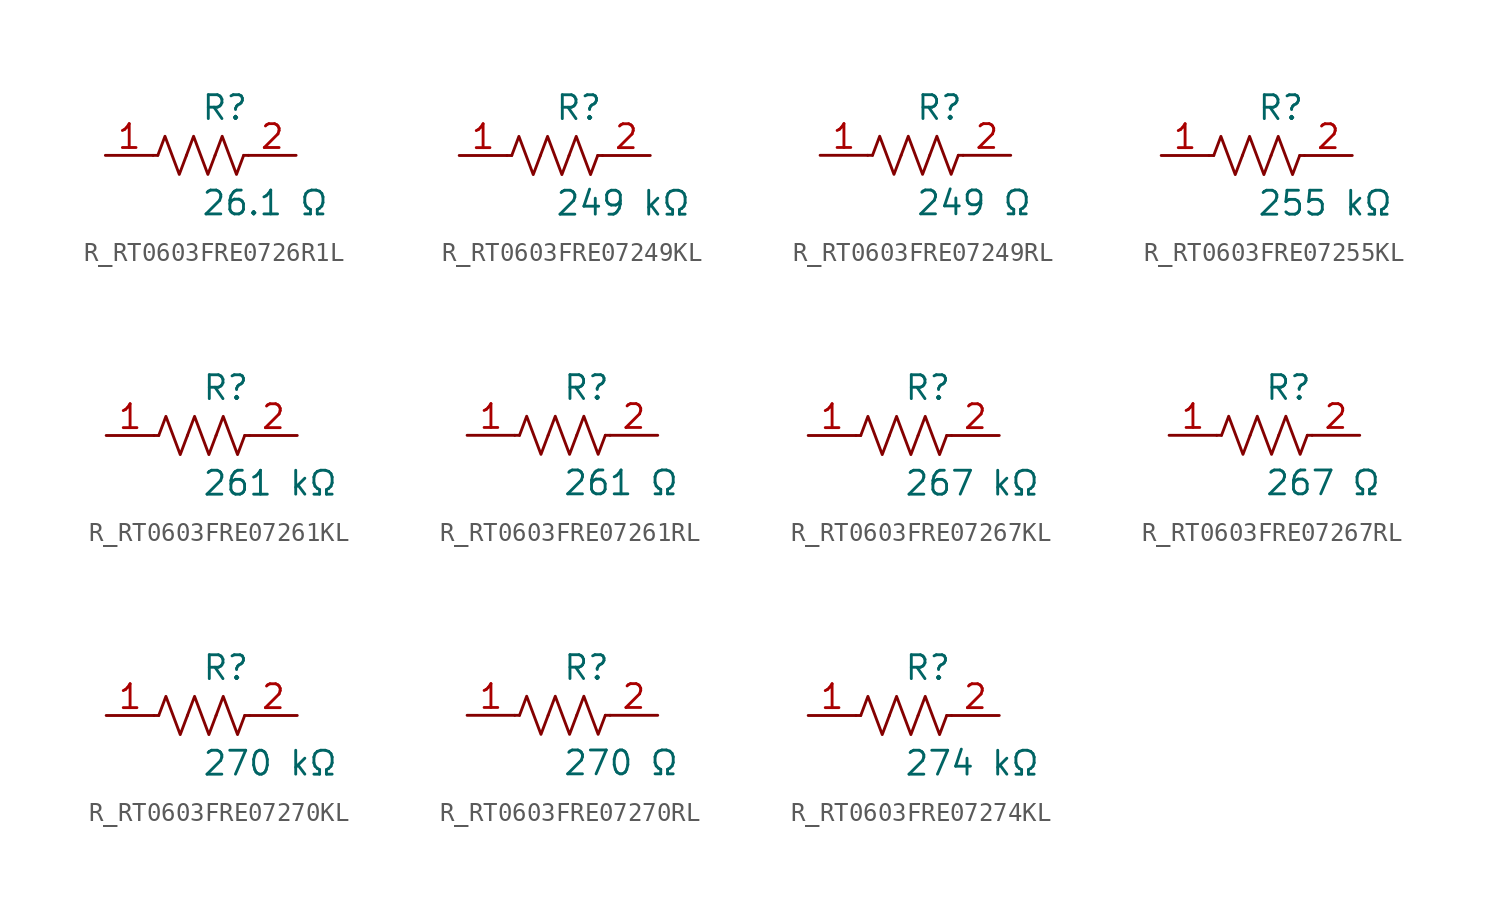
<source format=kicad_sym>
(kicad_symbol_lib
  (version 20231120)
  (generator kicad_symbol_editor)
  (generator_version 8.0)
  (symbol "R_RT0603FRE0726R1L"
    (pin_names
      (offset 0.254))
    (property "Reference" "R"
      (at 0.0 2.54 0)
      (effects (font (size 1.27 1.27)) (justify left)))
    (property "Value" "26.1 Ω"
      (at 0.0 -2.54 0)
      (effects (font (size 1.27 1.27)) (justify left)))
    (symbol "R_RT0603FRE0726R1L_0_1"
      (polyline (pts (xy 2.286 0) (xy 2.54 0)) (stroke (width 0) (type default)) (fill (type none)))
      (polyline (pts (xy -2.286 0) (xy -2.54 0)) (stroke (width 0) (type default)) (fill (type none)))
      (polyline (pts (xy 0.762 0) (xy 1.143 1.016) (xy 1.524 0) (xy 1.905 -1.016) (xy 2.286 0)) (stroke (width 0) (type default)) (fill (type none)))
      (polyline (pts (xy -0.762 0) (xy -0.381 1.016) (xy 0 0) (xy 0.381 -1.016) (xy 0.762 0)) (stroke (width 0) (type default)) (fill (type none)))
      (polyline (pts (xy -2.286 0) (xy -1.905 1.016) (xy -1.524 0) (xy -1.143 -1.016) (xy -0.762 0)) (stroke (width 0) (type default)) (fill (type none))))
    (pin unspecified line
      (at -5.08 0 0)
      (length 2.54)
      (name "" (effects (font (size 1.27 1.27))))
      (number "1" (effects (font (size 1.27 1.27)))))
    (pin unspecified line
      (at 5.08 0 180)
      (length 2.54)
      (name "" (effects (font (size 1.27 1.27))))
      (number "2" (effects (font (size 1.27 1.27))))))
  (symbol "R_RT0603FRE07249KL"
    (pin_names
      (offset 0.254))
    (property "Reference" "R"
      (at 0.0 2.54 0)
      (effects (font (size 1.27 1.27)) (justify left)))
    (property "Value" "249 kΩ"
      (at 0.0 -2.54 0)
      (effects (font (size 1.27 1.27)) (justify left)))
    (symbol "R_RT0603FRE07249KL_0_1"
      (polyline (pts (xy 2.286 0) (xy 2.54 0)) (stroke (width 0) (type default)) (fill (type none)))
      (polyline (pts (xy -2.286 0) (xy -2.54 0)) (stroke (width 0) (type default)) (fill (type none)))
      (polyline (pts (xy 0.762 0) (xy 1.143 1.016) (xy 1.524 0) (xy 1.905 -1.016) (xy 2.286 0)) (stroke (width 0) (type default)) (fill (type none)))
      (polyline (pts (xy -0.762 0) (xy -0.381 1.016) (xy 0 0) (xy 0.381 -1.016) (xy 0.762 0)) (stroke (width 0) (type default)) (fill (type none)))
      (polyline (pts (xy -2.286 0) (xy -1.905 1.016) (xy -1.524 0) (xy -1.143 -1.016) (xy -0.762 0)) (stroke (width 0) (type default)) (fill (type none))))
    (pin unspecified line
      (at -5.08 0 0)
      (length 2.54)
      (name "" (effects (font (size 1.27 1.27))))
      (number "1" (effects (font (size 1.27 1.27)))))
    (pin unspecified line
      (at 5.08 0 180)
      (length 2.54)
      (name "" (effects (font (size 1.27 1.27))))
      (number "2" (effects (font (size 1.27 1.27))))))
  (symbol "R_RT0603FRE07249RL"
    (pin_names
      (offset 0.254))
    (property "Reference" "R"
      (at 0.0 2.54 0)
      (effects (font (size 1.27 1.27)) (justify left)))
    (property "Value" "249 Ω"
      (at 0.0 -2.54 0)
      (effects (font (size 1.27 1.27)) (justify left)))
    (symbol "R_RT0603FRE07249RL_0_1"
      (polyline (pts (xy 2.286 0) (xy 2.54 0)) (stroke (width 0) (type default)) (fill (type none)))
      (polyline (pts (xy -2.286 0) (xy -2.54 0)) (stroke (width 0) (type default)) (fill (type none)))
      (polyline (pts (xy 0.762 0) (xy 1.143 1.016) (xy 1.524 0) (xy 1.905 -1.016) (xy 2.286 0)) (stroke (width 0) (type default)) (fill (type none)))
      (polyline (pts (xy -0.762 0) (xy -0.381 1.016) (xy 0 0) (xy 0.381 -1.016) (xy 0.762 0)) (stroke (width 0) (type default)) (fill (type none)))
      (polyline (pts (xy -2.286 0) (xy -1.905 1.016) (xy -1.524 0) (xy -1.143 -1.016) (xy -0.762 0)) (stroke (width 0) (type default)) (fill (type none))))
    (pin unspecified line
      (at -5.08 0 0)
      (length 2.54)
      (name "" (effects (font (size 1.27 1.27))))
      (number "1" (effects (font (size 1.27 1.27)))))
    (pin unspecified line
      (at 5.08 0 180)
      (length 2.54)
      (name "" (effects (font (size 1.27 1.27))))
      (number "2" (effects (font (size 1.27 1.27))))))
  (symbol "R_RT0603FRE07255KL"
    (pin_names
      (offset 0.254))
    (property "Reference" "R"
      (at 0.0 2.54 0)
      (effects (font (size 1.27 1.27)) (justify left)))
    (property "Value" "255 kΩ"
      (at 0.0 -2.54 0)
      (effects (font (size 1.27 1.27)) (justify left)))
    (symbol "R_RT0603FRE07255KL_0_1"
      (polyline (pts (xy 2.286 0) (xy 2.54 0)) (stroke (width 0) (type default)) (fill (type none)))
      (polyline (pts (xy -2.286 0) (xy -2.54 0)) (stroke (width 0) (type default)) (fill (type none)))
      (polyline (pts (xy 0.762 0) (xy 1.143 1.016) (xy 1.524 0) (xy 1.905 -1.016) (xy 2.286 0)) (stroke (width 0) (type default)) (fill (type none)))
      (polyline (pts (xy -0.762 0) (xy -0.381 1.016) (xy 0 0) (xy 0.381 -1.016) (xy 0.762 0)) (stroke (width 0) (type default)) (fill (type none)))
      (polyline (pts (xy -2.286 0) (xy -1.905 1.016) (xy -1.524 0) (xy -1.143 -1.016) (xy -0.762 0)) (stroke (width 0) (type default)) (fill (type none))))
    (pin unspecified line
      (at -5.08 0 0)
      (length 2.54)
      (name "" (effects (font (size 1.27 1.27))))
      (number "1" (effects (font (size 1.27 1.27)))))
    (pin unspecified line
      (at 5.08 0 180)
      (length 2.54)
      (name "" (effects (font (size 1.27 1.27))))
      (number "2" (effects (font (size 1.27 1.27))))))
  (symbol "R_RT0603FRE07261KL"
    (pin_names
      (offset 0.254))
    (property "Reference" "R"
      (at 0.0 2.54 0)
      (effects (font (size 1.27 1.27)) (justify left)))
    (property "Value" "261 kΩ"
      (at 0.0 -2.54 0)
      (effects (font (size 1.27 1.27)) (justify left)))
    (symbol "R_RT0603FRE07261KL_0_1"
      (polyline (pts (xy 2.286 0) (xy 2.54 0)) (stroke (width 0) (type default)) (fill (type none)))
      (polyline (pts (xy -2.286 0) (xy -2.54 0)) (stroke (width 0) (type default)) (fill (type none)))
      (polyline (pts (xy 0.762 0) (xy 1.143 1.016) (xy 1.524 0) (xy 1.905 -1.016) (xy 2.286 0)) (stroke (width 0) (type default)) (fill (type none)))
      (polyline (pts (xy -0.762 0) (xy -0.381 1.016) (xy 0 0) (xy 0.381 -1.016) (xy 0.762 0)) (stroke (width 0) (type default)) (fill (type none)))
      (polyline (pts (xy -2.286 0) (xy -1.905 1.016) (xy -1.524 0) (xy -1.143 -1.016) (xy -0.762 0)) (stroke (width 0) (type default)) (fill (type none))))
    (pin unspecified line
      (at -5.08 0 0)
      (length 2.54)
      (name "" (effects (font (size 1.27 1.27))))
      (number "1" (effects (font (size 1.27 1.27)))))
    (pin unspecified line
      (at 5.08 0 180)
      (length 2.54)
      (name "" (effects (font (size 1.27 1.27))))
      (number "2" (effects (font (size 1.27 1.27))))))
  (symbol "R_RT0603FRE07261RL"
    (pin_names
      (offset 0.254))
    (property "Reference" "R"
      (at 0.0 2.54 0)
      (effects (font (size 1.27 1.27)) (justify left)))
    (property "Value" "261 Ω"
      (at 0.0 -2.54 0)
      (effects (font (size 1.27 1.27)) (justify left)))
    (symbol "R_RT0603FRE07261RL_0_1"
      (polyline (pts (xy 2.286 0) (xy 2.54 0)) (stroke (width 0) (type default)) (fill (type none)))
      (polyline (pts (xy -2.286 0) (xy -2.54 0)) (stroke (width 0) (type default)) (fill (type none)))
      (polyline (pts (xy 0.762 0) (xy 1.143 1.016) (xy 1.524 0) (xy 1.905 -1.016) (xy 2.286 0)) (stroke (width 0) (type default)) (fill (type none)))
      (polyline (pts (xy -0.762 0) (xy -0.381 1.016) (xy 0 0) (xy 0.381 -1.016) (xy 0.762 0)) (stroke (width 0) (type default)) (fill (type none)))
      (polyline (pts (xy -2.286 0) (xy -1.905 1.016) (xy -1.524 0) (xy -1.143 -1.016) (xy -0.762 0)) (stroke (width 0) (type default)) (fill (type none))))
    (pin unspecified line
      (at -5.08 0 0)
      (length 2.54)
      (name "" (effects (font (size 1.27 1.27))))
      (number "1" (effects (font (size 1.27 1.27)))))
    (pin unspecified line
      (at 5.08 0 180)
      (length 2.54)
      (name "" (effects (font (size 1.27 1.27))))
      (number "2" (effects (font (size 1.27 1.27))))))
  (symbol "R_RT0603FRE07267KL"
    (pin_names
      (offset 0.254))
    (property "Reference" "R"
      (at 0.0 2.54 0)
      (effects (font (size 1.27 1.27)) (justify left)))
    (property "Value" "267 kΩ"
      (at 0.0 -2.54 0)
      (effects (font (size 1.27 1.27)) (justify left)))
    (symbol "R_RT0603FRE07267KL_0_1"
      (polyline (pts (xy 2.286 0) (xy 2.54 0)) (stroke (width 0) (type default)) (fill (type none)))
      (polyline (pts (xy -2.286 0) (xy -2.54 0)) (stroke (width 0) (type default)) (fill (type none)))
      (polyline (pts (xy 0.762 0) (xy 1.143 1.016) (xy 1.524 0) (xy 1.905 -1.016) (xy 2.286 0)) (stroke (width 0) (type default)) (fill (type none)))
      (polyline (pts (xy -0.762 0) (xy -0.381 1.016) (xy 0 0) (xy 0.381 -1.016) (xy 0.762 0)) (stroke (width 0) (type default)) (fill (type none)))
      (polyline (pts (xy -2.286 0) (xy -1.905 1.016) (xy -1.524 0) (xy -1.143 -1.016) (xy -0.762 0)) (stroke (width 0) (type default)) (fill (type none))))
    (pin unspecified line
      (at -5.08 0 0)
      (length 2.54)
      (name "" (effects (font (size 1.27 1.27))))
      (number "1" (effects (font (size 1.27 1.27)))))
    (pin unspecified line
      (at 5.08 0 180)
      (length 2.54)
      (name "" (effects (font (size 1.27 1.27))))
      (number "2" (effects (font (size 1.27 1.27))))))
  (symbol "R_RT0603FRE07267RL"
    (pin_names
      (offset 0.254))
    (property "Reference" "R"
      (at 0.0 2.54 0)
      (effects (font (size 1.27 1.27)) (justify left)))
    (property "Value" "267 Ω"
      (at 0.0 -2.54 0)
      (effects (font (size 1.27 1.27)) (justify left)))
    (symbol "R_RT0603FRE07267RL_0_1"
      (polyline (pts (xy 2.286 0) (xy 2.54 0)) (stroke (width 0) (type default)) (fill (type none)))
      (polyline (pts (xy -2.286 0) (xy -2.54 0)) (stroke (width 0) (type default)) (fill (type none)))
      (polyline (pts (xy 0.762 0) (xy 1.143 1.016) (xy 1.524 0) (xy 1.905 -1.016) (xy 2.286 0)) (stroke (width 0) (type default)) (fill (type none)))
      (polyline (pts (xy -0.762 0) (xy -0.381 1.016) (xy 0 0) (xy 0.381 -1.016) (xy 0.762 0)) (stroke (width 0) (type default)) (fill (type none)))
      (polyline (pts (xy -2.286 0) (xy -1.905 1.016) (xy -1.524 0) (xy -1.143 -1.016) (xy -0.762 0)) (stroke (width 0) (type default)) (fill (type none))))
    (pin unspecified line
      (at -5.08 0 0)
      (length 2.54)
      (name "" (effects (font (size 1.27 1.27))))
      (number "1" (effects (font (size 1.27 1.27)))))
    (pin unspecified line
      (at 5.08 0 180)
      (length 2.54)
      (name "" (effects (font (size 1.27 1.27))))
      (number "2" (effects (font (size 1.27 1.27))))))
  (symbol "R_RT0603FRE07270KL"
    (pin_names
      (offset 0.254))
    (property "Reference" "R"
      (at 0.0 2.54 0)
      (effects (font (size 1.27 1.27)) (justify left)))
    (property "Value" "270 kΩ"
      (at 0.0 -2.54 0)
      (effects (font (size 1.27 1.27)) (justify left)))
    (symbol "R_RT0603FRE07270KL_0_1"
      (polyline (pts (xy 2.286 0) (xy 2.54 0)) (stroke (width 0) (type default)) (fill (type none)))
      (polyline (pts (xy -2.286 0) (xy -2.54 0)) (stroke (width 0) (type default)) (fill (type none)))
      (polyline (pts (xy 0.762 0) (xy 1.143 1.016) (xy 1.524 0) (xy 1.905 -1.016) (xy 2.286 0)) (stroke (width 0) (type default)) (fill (type none)))
      (polyline (pts (xy -0.762 0) (xy -0.381 1.016) (xy 0 0) (xy 0.381 -1.016) (xy 0.762 0)) (stroke (width 0) (type default)) (fill (type none)))
      (polyline (pts (xy -2.286 0) (xy -1.905 1.016) (xy -1.524 0) (xy -1.143 -1.016) (xy -0.762 0)) (stroke (width 0) (type default)) (fill (type none))))
    (pin unspecified line
      (at -5.08 0 0)
      (length 2.54)
      (name "" (effects (font (size 1.27 1.27))))
      (number "1" (effects (font (size 1.27 1.27)))))
    (pin unspecified line
      (at 5.08 0 180)
      (length 2.54)
      (name "" (effects (font (size 1.27 1.27))))
      (number "2" (effects (font (size 1.27 1.27))))))
  (symbol "R_RT0603FRE07270RL"
    (pin_names
      (offset 0.254))
    (property "Reference" "R"
      (at 0.0 2.54 0)
      (effects (font (size 1.27 1.27)) (justify left)))
    (property "Value" "270 Ω"
      (at 0.0 -2.54 0)
      (effects (font (size 1.27 1.27)) (justify left)))
    (symbol "R_RT0603FRE07270RL_0_1"
      (polyline (pts (xy 2.286 0) (xy 2.54 0)) (stroke (width 0) (type default)) (fill (type none)))
      (polyline (pts (xy -2.286 0) (xy -2.54 0)) (stroke (width 0) (type default)) (fill (type none)))
      (polyline (pts (xy 0.762 0) (xy 1.143 1.016) (xy 1.524 0) (xy 1.905 -1.016) (xy 2.286 0)) (stroke (width 0) (type default)) (fill (type none)))
      (polyline (pts (xy -0.762 0) (xy -0.381 1.016) (xy 0 0) (xy 0.381 -1.016) (xy 0.762 0)) (stroke (width 0) (type default)) (fill (type none)))
      (polyline (pts (xy -2.286 0) (xy -1.905 1.016) (xy -1.524 0) (xy -1.143 -1.016) (xy -0.762 0)) (stroke (width 0) (type default)) (fill (type none))))
    (pin unspecified line
      (at -5.08 0 0)
      (length 2.54)
      (name "" (effects (font (size 1.27 1.27))))
      (number "1" (effects (font (size 1.27 1.27)))))
    (pin unspecified line
      (at 5.08 0 180)
      (length 2.54)
      (name "" (effects (font (size 1.27 1.27))))
      (number "2" (effects (font (size 1.27 1.27))))))
  (symbol "R_RT0603FRE07274KL"
    (pin_names
      (offset 0.254))
    (property "Reference" "R"
      (at 0.0 2.54 0)
      (effects (font (size 1.27 1.27)) (justify left)))
    (property "Value" "274 kΩ"
      (at 0.0 -2.54 0)
      (effects (font (size 1.27 1.27)) (justify left)))
    (symbol "R_RT0603FRE07274KL_0_1"
      (polyline (pts (xy 2.286 0) (xy 2.54 0)) (stroke (width 0) (type default)) (fill (type none)))
      (polyline (pts (xy -2.286 0) (xy -2.54 0)) (stroke (width 0) (type default)) (fill (type none)))
      (polyline (pts (xy 0.762 0) (xy 1.143 1.016) (xy 1.524 0) (xy 1.905 -1.016) (xy 2.286 0)) (stroke (width 0) (type default)) (fill (type none)))
      (polyline (pts (xy -0.762 0) (xy -0.381 1.016) (xy 0 0) (xy 0.381 -1.016) (xy 0.762 0)) (stroke (width 0) (type default)) (fill (type none)))
      (polyline (pts (xy -2.286 0) (xy -1.905 1.016) (xy -1.524 0) (xy -1.143 -1.016) (xy -0.762 0)) (stroke (width 0) (type default)) (fill (type none))))
    (pin unspecified line
      (at -5.08 0 0)
      (length 2.54)
      (name "" (effects (font (size 1.27 1.27))))
      (number "1" (effects (font (size 1.27 1.27)))))
    (pin unspecified line
      (at 5.08 0 180)
      (length 2.54)
      (name "" (effects (font (size 1.27 1.27))))
      (number "2" (effects (font (size 1.27 1.27)))))))
</source>
